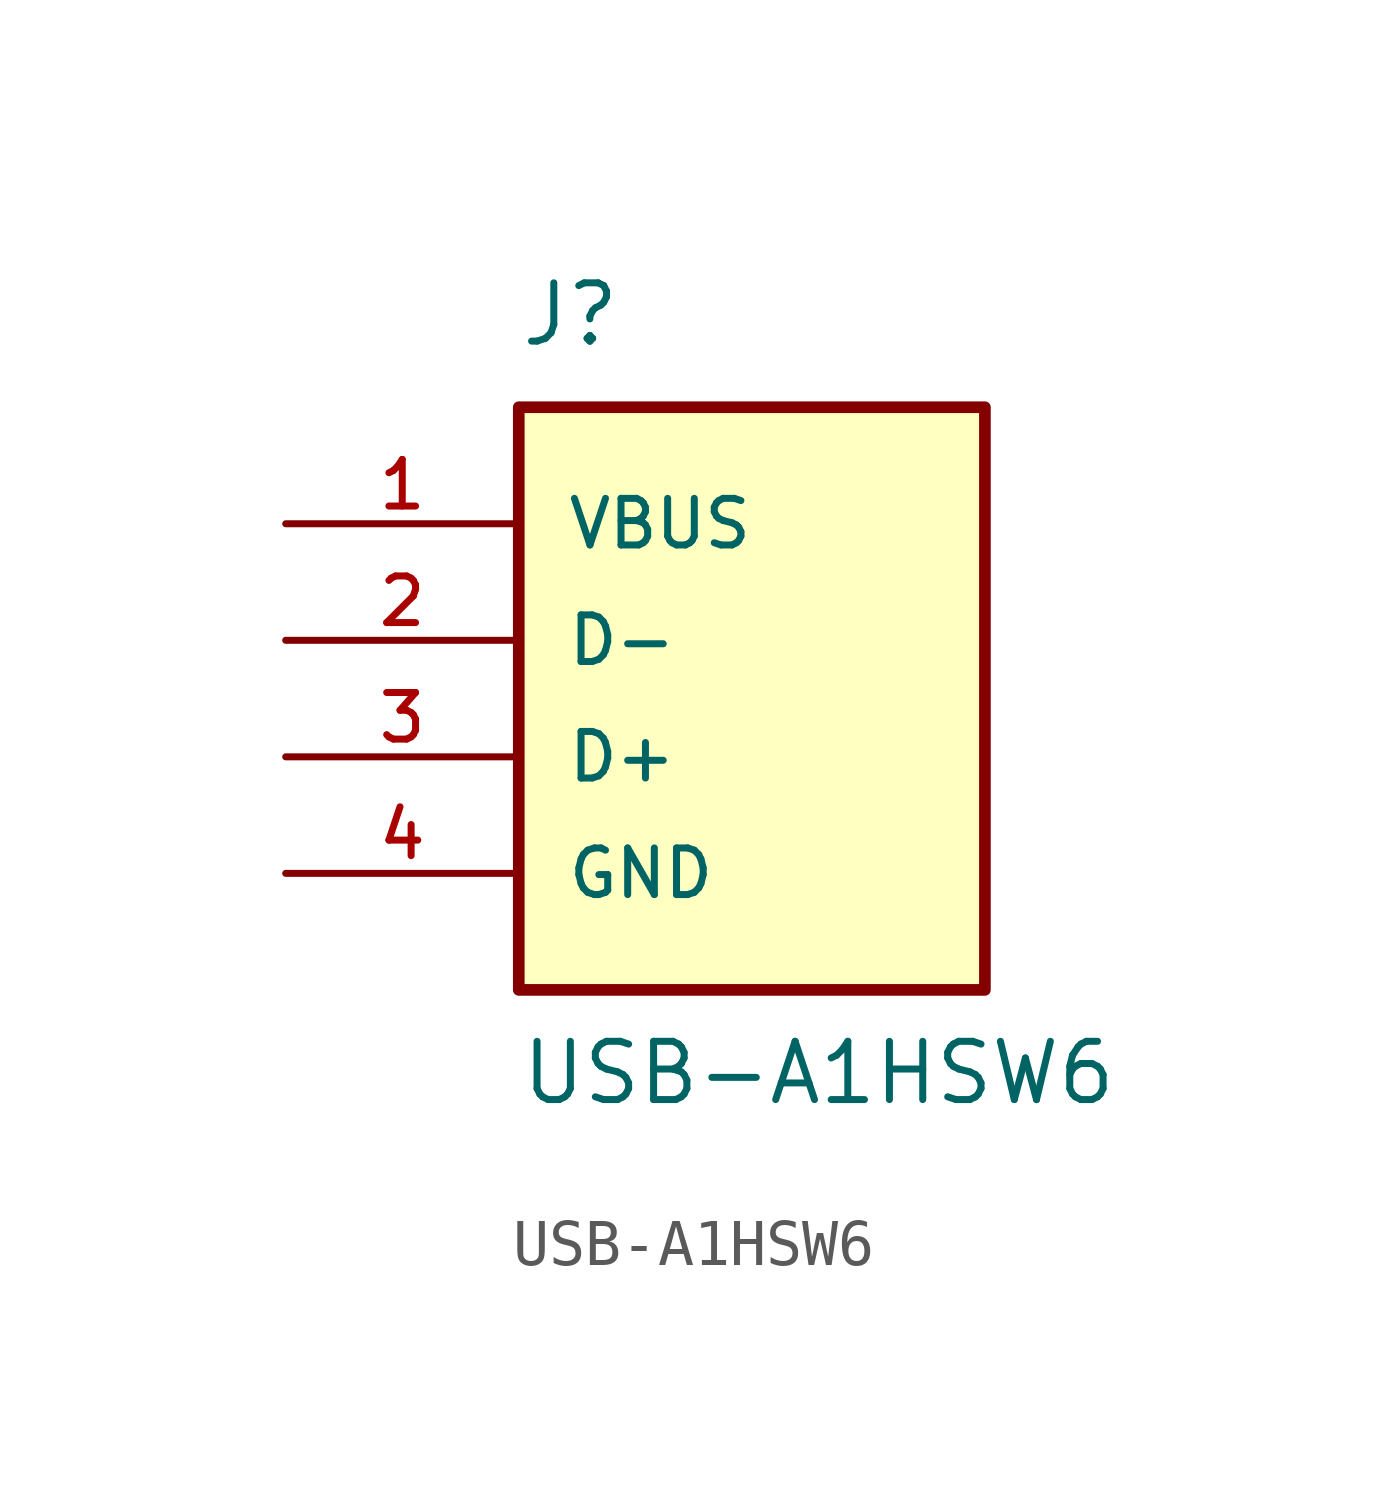
<source format=kicad_sym>
(kicad_symbol_lib
  (version 20241209)
  (generator "kicad_symbol_editor")
  (generator_version "9.0")
  (symbol "USB-A1HSW6"
    (pin_names
      (offset 1.016))
    (property "Reference" "J"
      (at -5.082 8.898 0)
      (effects (font (size 1.27 1.27)) (justify left bottom)))
    (property "Value" "USB-A1HSW6"
      (at -5.084 -7.634 0)
      (effects (font (size 1.27 1.27)) (justify left bottom)))
    (symbol "USB-A1HSW6_0_0"
      (rectangle (start -5.08 -5.08) (end 5.08 7.62) (stroke (width 0.254) (type default)) (fill (type background)))
      (pin power_in line (at -10.16 5.08 0) (length 5.08) (name "VBUS" (effects (font (size 1.016 1.016)))) (number "1" (effects (font (size 1.016 1.016)))))
      (pin bidirectional line (at -10.16 2.54 0) (length 5.08) (name "D-" (effects (font (size 1.016 1.016)))) (number "2" (effects (font (size 1.016 1.016)))))
      (pin bidirectional line (at -10.16 0 0) (length 5.08) (name "D+" (effects (font (size 1.016 1.016)))) (number "3" (effects (font (size 1.016 1.016)))))
      (pin power_in line (at -10.16 -2.54 0) (length 5.08) (name "GND" (effects (font (size 1.016 1.016)))) (number "4" (effects (font (size 1.016 1.016))))))))
</source>
